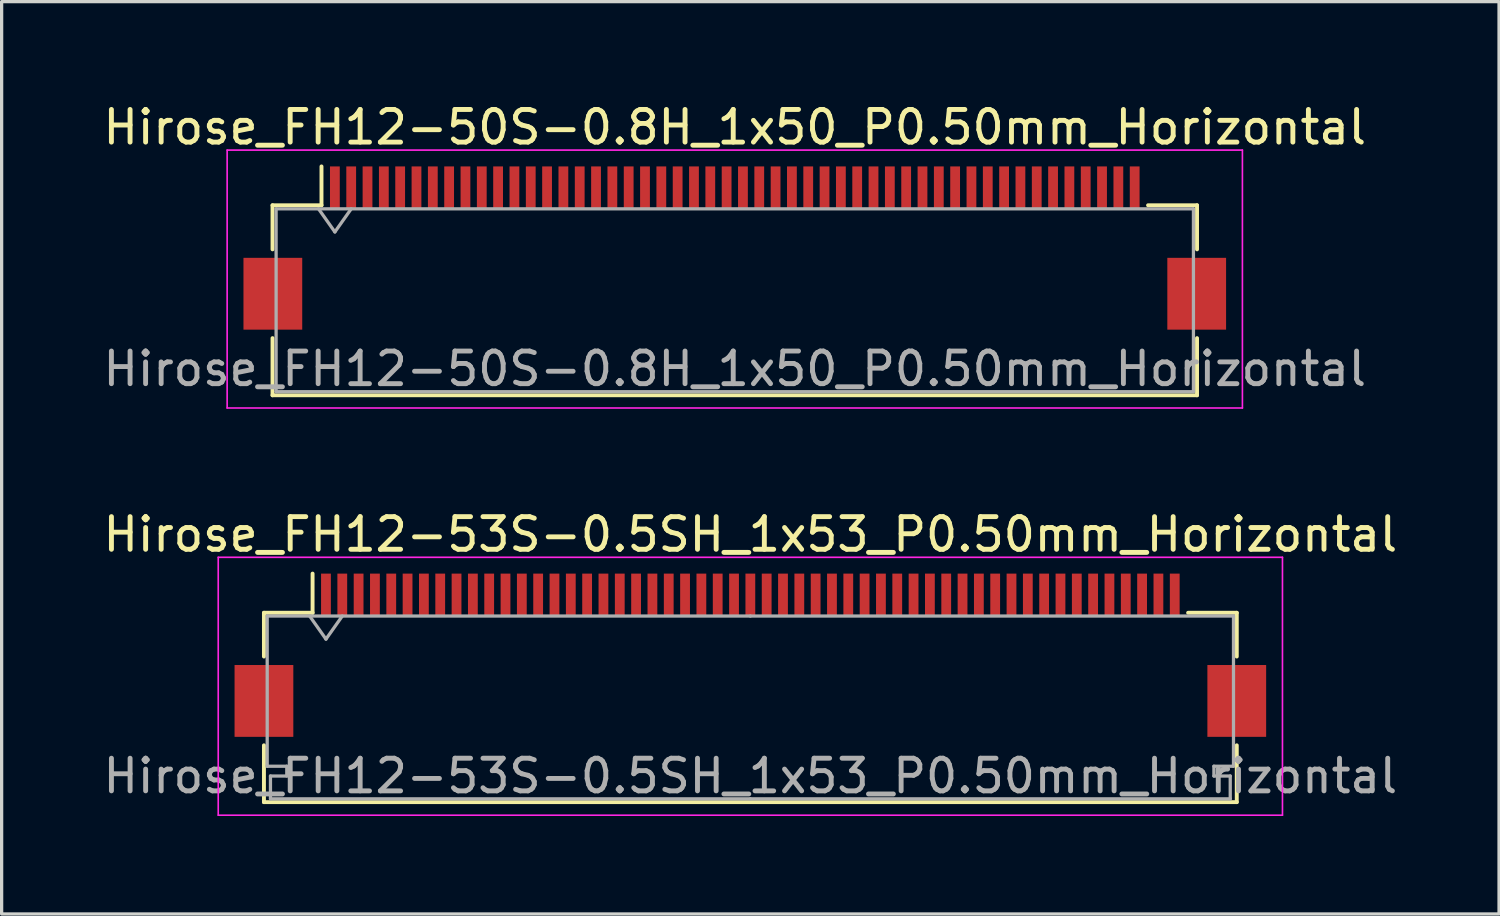
<source format=kicad_pcb>
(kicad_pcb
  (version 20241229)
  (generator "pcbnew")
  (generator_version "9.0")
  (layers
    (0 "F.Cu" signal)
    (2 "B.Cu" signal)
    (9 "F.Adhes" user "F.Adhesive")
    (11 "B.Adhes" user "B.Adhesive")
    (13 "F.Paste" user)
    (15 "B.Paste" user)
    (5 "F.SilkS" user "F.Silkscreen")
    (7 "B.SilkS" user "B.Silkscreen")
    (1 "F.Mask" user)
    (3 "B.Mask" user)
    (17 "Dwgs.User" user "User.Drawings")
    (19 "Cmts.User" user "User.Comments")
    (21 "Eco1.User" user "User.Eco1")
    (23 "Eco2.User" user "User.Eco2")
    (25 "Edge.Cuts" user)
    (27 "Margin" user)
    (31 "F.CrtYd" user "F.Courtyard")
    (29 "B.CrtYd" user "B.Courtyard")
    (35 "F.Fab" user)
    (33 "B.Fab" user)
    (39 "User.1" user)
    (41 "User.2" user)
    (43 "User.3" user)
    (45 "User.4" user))
  (footprint "Hirose_FH12-50S-0.8H_1x50_P0.50mm_Horizontal"
    (layer "F.Cu")
    (at 19.458 4.548)
    (property "Reference" "Hirose_FH12-50S-0.8H_1x50_P0.50mm_Horizontal" (at 0 -3.7 0) (layer "F.SilkS") (effects (font (size 1 1) (thickness 0.15))))
    (attr smd)
    (fp_line (start -14.16 -1.31) (end -12.66 -1.31) (stroke (width 0.12) (type solid)) (layer "F.SilkS"))
    (fp_line (start -14.16 0.04) (end -14.16 -1.31) (stroke (width 0.12) (type solid)) (layer "F.SilkS"))
    (fp_line (start -14.16 2.76) (end -14.16 4.51) (stroke (width 0.12) (type solid)) (layer "F.SilkS"))
    (fp_line (start -14.16 4.51) (end 14.16 4.51) (stroke (width 0.12) (type solid)) (layer "F.SilkS"))
    (fp_line (start -12.66 -1.31) (end -12.66 -2.5) (stroke (width 0.12) (type solid)) (layer "F.SilkS"))
    (fp_line (start 14.16 -1.31) (end 12.66 -1.31) (stroke (width 0.12) (type solid)) (layer "F.SilkS"))
    (fp_line (start 14.16 0.04) (end 14.16 -1.31) (stroke (width 0.12) (type solid)) (layer "F.SilkS"))
    (fp_line (start 14.16 4.51) (end 14.16 2.76) (stroke (width 0.12) (type solid)) (layer "F.SilkS"))
    (fp_line (start -15.55 -3) (end -15.55 4.9) (stroke (width 0.05) (type solid)) (layer "F.CrtYd"))
    (fp_line (start -15.55 4.9) (end 15.55 4.9) (stroke (width 0.05) (type solid)) (layer "F.CrtYd"))
    (fp_line (start 15.55 -3) (end -15.55 -3) (stroke (width 0.05) (type solid)) (layer "F.CrtYd"))
    (fp_line (start 15.55 4.9) (end 15.55 -3) (stroke (width 0.05) (type solid)) (layer "F.CrtYd"))
    (fp_line (start -14.05 -1.2) (end -14.05 4.4) (stroke (width 0.1) (type solid)) (layer "F.Fab"))
    (fp_line (start -14.05 -1.2) (end 14.05 -1.2) (stroke (width 0.1) (type solid)) (layer "F.Fab"))
    (fp_line (start -14.05 4.4) (end 14.05 4.4) (stroke (width 0.1) (type solid)) (layer "F.Fab"))
    (fp_line (start -12.75 -1.2) (end -12.25 -0.493) (stroke (width 0.1) (type solid)) (layer "F.Fab"))
    (fp_line (start -12.25 -0.493) (end -11.75 -1.2) (stroke (width 0.1) (type solid)) (layer "F.Fab"))
    (fp_line (start 14.05 -1.2) (end 14.05 4.4) (stroke (width 0.1) (type solid)) (layer "F.Fab"))
    (fp_text user "${REFERENCE}" (at 0 3.7 0) (layer "F.Fab") (effects (font (size 1 1) (thickness 0.15))))
    (pad "" smd rect (at -14.15 1.4) (size 1.8 2.2) (layers "F.Cu" "F.Mask" "F.Paste"))
    (pad "" smd rect (at 14.15 1.4) (size 1.8 2.2) (layers "F.Cu" "F.Mask" "F.Paste"))
    (pad "1" smd rect (at -12.25 -1.85) (size 0.3 1.3) (layers "F.Cu" "F.Mask" "F.Paste"))
    (pad "2" smd rect (at -11.75 -1.85) (size 0.3 1.3) (layers "F.Cu" "F.Mask" "F.Paste"))
    (pad "3" smd rect (at -11.25 -1.85) (size 0.3 1.3) (layers "F.Cu" "F.Mask" "F.Paste"))
    (pad "4" smd rect (at -10.75 -1.85) (size 0.3 1.3) (layers "F.Cu" "F.Mask" "F.Paste"))
    (pad "5" smd rect (at -10.25 -1.85) (size 0.3 1.3) (layers "F.Cu" "F.Mask" "F.Paste"))
    (pad "6" smd rect (at -9.75 -1.85) (size 0.3 1.3) (layers "F.Cu" "F.Mask" "F.Paste"))
    (pad "7" smd rect (at -9.25 -1.85) (size 0.3 1.3) (layers "F.Cu" "F.Mask" "F.Paste"))
    (pad "8" smd rect (at -8.75 -1.85) (size 0.3 1.3) (layers "F.Cu" "F.Mask" "F.Paste"))
    (pad "9" smd rect (at -8.25 -1.85) (size 0.3 1.3) (layers "F.Cu" "F.Mask" "F.Paste"))
    (pad "10" smd rect (at -7.75 -1.85) (size 0.3 1.3) (layers "F.Cu" "F.Mask" "F.Paste"))
    (pad "11" smd rect (at -7.25 -1.85) (size 0.3 1.3) (layers "F.Cu" "F.Mask" "F.Paste"))
    (pad "12" smd rect (at -6.75 -1.85) (size 0.3 1.3) (layers "F.Cu" "F.Mask" "F.Paste"))
    (pad "13" smd rect (at -6.25 -1.85) (size 0.3 1.3) (layers "F.Cu" "F.Mask" "F.Paste"))
    (pad "14" smd rect (at -5.75 -1.85) (size 0.3 1.3) (layers "F.Cu" "F.Mask" "F.Paste"))
    (pad "15" smd rect (at -5.25 -1.85) (size 0.3 1.3) (layers "F.Cu" "F.Mask" "F.Paste"))
    (pad "16" smd rect (at -4.75 -1.85) (size 0.3 1.3) (layers "F.Cu" "F.Mask" "F.Paste"))
    (pad "17" smd rect (at -4.25 -1.85) (size 0.3 1.3) (layers "F.Cu" "F.Mask" "F.Paste"))
    (pad "18" smd rect (at -3.75 -1.85) (size 0.3 1.3) (layers "F.Cu" "F.Mask" "F.Paste"))
    (pad "19" smd rect (at -3.25 -1.85) (size 0.3 1.3) (layers "F.Cu" "F.Mask" "F.Paste"))
    (pad "20" smd rect (at -2.75 -1.85) (size 0.3 1.3) (layers "F.Cu" "F.Mask" "F.Paste"))
    (pad "21" smd rect (at -2.25 -1.85) (size 0.3 1.3) (layers "F.Cu" "F.Mask" "F.Paste"))
    (pad "22" smd rect (at -1.75 -1.85) (size 0.3 1.3) (layers "F.Cu" "F.Mask" "F.Paste"))
    (pad "23" smd rect (at -1.25 -1.85) (size 0.3 1.3) (layers "F.Cu" "F.Mask" "F.Paste"))
    (pad "24" smd rect (at -0.75 -1.85) (size 0.3 1.3) (layers "F.Cu" "F.Mask" "F.Paste"))
    (pad "25" smd rect (at -0.25 -1.85) (size 0.3 1.3) (layers "F.Cu" "F.Mask" "F.Paste"))
    (pad "26" smd rect (at 0.25 -1.85) (size 0.3 1.3) (layers "F.Cu" "F.Mask" "F.Paste"))
    (pad "27" smd rect (at 0.75 -1.85) (size 0.3 1.3) (layers "F.Cu" "F.Mask" "F.Paste"))
    (pad "28" smd rect (at 1.25 -1.85) (size 0.3 1.3) (layers "F.Cu" "F.Mask" "F.Paste"))
    (pad "29" smd rect (at 1.75 -1.85) (size 0.3 1.3) (layers "F.Cu" "F.Mask" "F.Paste"))
    (pad "30" smd rect (at 2.25 -1.85) (size 0.3 1.3) (layers "F.Cu" "F.Mask" "F.Paste"))
    (pad "31" smd rect (at 2.75 -1.85) (size 0.3 1.3) (layers "F.Cu" "F.Mask" "F.Paste"))
    (pad "32" smd rect (at 3.25 -1.85) (size 0.3 1.3) (layers "F.Cu" "F.Mask" "F.Paste"))
    (pad "33" smd rect (at 3.75 -1.85) (size 0.3 1.3) (layers "F.Cu" "F.Mask" "F.Paste"))
    (pad "34" smd rect (at 4.25 -1.85) (size 0.3 1.3) (layers "F.Cu" "F.Mask" "F.Paste"))
    (pad "35" smd rect (at 4.75 -1.85) (size 0.3 1.3) (layers "F.Cu" "F.Mask" "F.Paste"))
    (pad "36" smd rect (at 5.25 -1.85) (size 0.3 1.3) (layers "F.Cu" "F.Mask" "F.Paste"))
    (pad "37" smd rect (at 5.75 -1.85) (size 0.3 1.3) (layers "F.Cu" "F.Mask" "F.Paste"))
    (pad "38" smd rect (at 6.25 -1.85) (size 0.3 1.3) (layers "F.Cu" "F.Mask" "F.Paste"))
    (pad "39" smd rect (at 6.75 -1.85) (size 0.3 1.3) (layers "F.Cu" "F.Mask" "F.Paste"))
    (pad "40" smd rect (at 7.25 -1.85) (size 0.3 1.3) (layers "F.Cu" "F.Mask" "F.Paste"))
    (pad "41" smd rect (at 7.75 -1.85) (size 0.3 1.3) (layers "F.Cu" "F.Mask" "F.Paste"))
    (pad "42" smd rect (at 8.25 -1.85) (size 0.3 1.3) (layers "F.Cu" "F.Mask" "F.Paste"))
    (pad "43" smd rect (at 8.75 -1.85) (size 0.3 1.3) (layers "F.Cu" "F.Mask" "F.Paste"))
    (pad "44" smd rect (at 9.25 -1.85) (size 0.3 1.3) (layers "F.Cu" "F.Mask" "F.Paste"))
    (pad "45" smd rect (at 9.75 -1.85) (size 0.3 1.3) (layers "F.Cu" "F.Mask" "F.Paste"))
    (pad "46" smd rect (at 10.25 -1.85) (size 0.3 1.3) (layers "F.Cu" "F.Mask" "F.Paste"))
    (pad "47" smd rect (at 10.75 -1.85) (size 0.3 1.3) (layers "F.Cu" "F.Mask" "F.Paste"))
    (pad "48" smd rect (at 11.25 -1.85) (size 0.3 1.3) (layers "F.Cu" "F.Mask" "F.Paste"))
    (pad "49" smd rect (at 11.75 -1.85) (size 0.3 1.3) (layers "F.Cu" "F.Mask" "F.Paste"))
    (pad "50" smd rect (at 12.25 -1.85) (size 0.3 1.3) (layers "F.Cu" "F.Mask" "F.Paste")))
  (footprint "Hirose_FH12-53S-0.5SH_1x53_P0.50mm_Horizontal"
    (layer "F.Cu")
    (at 19.935 17.021)
    (property "Reference" "Hirose_FH12-53S-0.5SH_1x53_P0.50mm_Horizontal" (at 0 -3.7 0) (layer "F.SilkS") (effects (font (size 1 1) (thickness 0.15))))
    (attr smd)
    (fp_line (start -14.9 -1.3) (end -14.9 0.04) (stroke (width 0.12) (type solid)) (layer "F.SilkS"))
    (fp_line (start -14.9 2.76) (end -14.9 4.5) (stroke (width 0.12) (type solid)) (layer "F.SilkS"))
    (fp_line (start -14.9 4.5) (end 14.9 4.5) (stroke (width 0.12) (type solid)) (layer "F.SilkS"))
    (fp_line (start -13.41 -1.3) (end -14.9 -1.3) (stroke (width 0.12) (type solid)) (layer "F.SilkS"))
    (fp_line (start -13.41 -1.3) (end -13.41 -2.5) (stroke (width 0.12) (type solid)) (layer "F.SilkS"))
    (fp_line (start 13.41 -1.3) (end 14.9 -1.3) (stroke (width 0.12) (type solid)) (layer "F.SilkS"))
    (fp_line (start 14.9 -1.3) (end 14.9 0.04) (stroke (width 0.12) (type solid)) (layer "F.SilkS"))
    (fp_line (start 14.9 4.5) (end 14.9 2.76) (stroke (width 0.12) (type solid)) (layer "F.SilkS"))
    (fp_line (start -16.3 -3) (end -16.3 4.9) (stroke (width 0.05) (type solid)) (layer "F.CrtYd"))
    (fp_line (start -16.3 4.9) (end 16.3 4.9) (stroke (width 0.05) (type solid)) (layer "F.CrtYd"))
    (fp_line (start 16.3 -3) (end -16.3 -3) (stroke (width 0.05) (type solid)) (layer "F.CrtYd"))
    (fp_line (start 16.3 4.9) (end 16.3 -3) (stroke (width 0.05) (type solid)) (layer "F.CrtYd"))
    (fp_line (start -14.8 -1.2) (end -14.8 3.4) (stroke (width 0.1) (type solid)) (layer "F.Fab"))
    (fp_line (start -14.8 3.4) (end -14.2 3.4) (stroke (width 0.1) (type solid)) (layer "F.Fab"))
    (fp_line (start -14.7 3.7) (end -14.7 4.4) (stroke (width 0.1) (type solid)) (layer "F.Fab"))
    (fp_line (start -14.7 4.4) (end 0 4.4) (stroke (width 0.1) (type solid)) (layer "F.Fab"))
    (fp_line (start -14.2 3.4) (end -14.2 3.7) (stroke (width 0.1) (type solid)) (layer "F.Fab"))
    (fp_line (start -14.2 3.7) (end -14.7 3.7) (stroke (width 0.1) (type solid)) (layer "F.Fab"))
    (fp_line (start -13.5 -1.2) (end -13 -0.493) (stroke (width 0.1) (type solid)) (layer "F.Fab"))
    (fp_line (start -13 -0.493) (end -12.5 -1.2) (stroke (width 0.1) (type solid)) (layer "F.Fab"))
    (fp_line (start 0 -1.2) (end -14.8 -1.2) (stroke (width 0.1) (type solid)) (layer "F.Fab"))
    (fp_line (start 0 -1.2) (end 14.8 -1.2) (stroke (width 0.1) (type solid)) (layer "F.Fab"))
    (fp_line (start 14.2 3.4) (end 14.2 3.7) (stroke (width 0.1) (type solid)) (layer "F.Fab"))
    (fp_line (start 14.2 3.7) (end 14.7 3.7) (stroke (width 0.1) (type solid)) (layer "F.Fab"))
    (fp_line (start 14.7 3.7) (end 14.7 4.4) (stroke (width 0.1) (type solid)) (layer "F.Fab"))
    (fp_line (start 14.7 4.4) (end 0 4.4) (stroke (width 0.1) (type solid)) (layer "F.Fab"))
    (fp_line (start 14.8 -1.2) (end 14.8 3.4) (stroke (width 0.1) (type solid)) (layer "F.Fab"))
    (fp_line (start 14.8 3.4) (end 14.2 3.4) (stroke (width 0.1) (type solid)) (layer "F.Fab"))
    (fp_text user "${REFERENCE}" (at 0 3.7 0) (layer "F.Fab") (effects (font (size 1 1) (thickness 0.15))))
    (pad "" smd rect (at -14.9 1.4) (size 1.8 2.2) (layers "F.Cu" "F.Mask" "F.Paste"))
    (pad "" smd rect (at 14.9 1.4) (size 1.8 2.2) (layers "F.Cu" "F.Mask" "F.Paste"))
    (pad "1" smd rect (at -13 -1.85) (size 0.3 1.3) (layers "F.Cu" "F.Mask" "F.Paste"))
    (pad "2" smd rect (at -12.5 -1.85) (size 0.3 1.3) (layers "F.Cu" "F.Mask" "F.Paste"))
    (pad "3" smd rect (at -12 -1.85) (size 0.3 1.3) (layers "F.Cu" "F.Mask" "F.Paste"))
    (pad "4" smd rect (at -11.5 -1.85) (size 0.3 1.3) (layers "F.Cu" "F.Mask" "F.Paste"))
    (pad "5" smd rect (at -11 -1.85) (size 0.3 1.3) (layers "F.Cu" "F.Mask" "F.Paste"))
    (pad "6" smd rect (at -10.5 -1.85) (size 0.3 1.3) (layers "F.Cu" "F.Mask" "F.Paste"))
    (pad "7" smd rect (at -10 -1.85) (size 0.3 1.3) (layers "F.Cu" "F.Mask" "F.Paste"))
    (pad "8" smd rect (at -9.5 -1.85) (size 0.3 1.3) (layers "F.Cu" "F.Mask" "F.Paste"))
    (pad "9" smd rect (at -9 -1.85) (size 0.3 1.3) (layers "F.Cu" "F.Mask" "F.Paste"))
    (pad "10" smd rect (at -8.5 -1.85) (size 0.3 1.3) (layers "F.Cu" "F.Mask" "F.Paste"))
    (pad "11" smd rect (at -8 -1.85) (size 0.3 1.3) (layers "F.Cu" "F.Mask" "F.Paste"))
    (pad "12" smd rect (at -7.5 -1.85) (size 0.3 1.3) (layers "F.Cu" "F.Mask" "F.Paste"))
    (pad "13" smd rect (at -7 -1.85) (size 0.3 1.3) (layers "F.Cu" "F.Mask" "F.Paste"))
    (pad "14" smd rect (at -6.5 -1.85) (size 0.3 1.3) (layers "F.Cu" "F.Mask" "F.Paste"))
    (pad "15" smd rect (at -6 -1.85) (size 0.3 1.3) (layers "F.Cu" "F.Mask" "F.Paste"))
    (pad "16" smd rect (at -5.5 -1.85) (size 0.3 1.3) (layers "F.Cu" "F.Mask" "F.Paste"))
    (pad "17" smd rect (at -5 -1.85) (size 0.3 1.3) (layers "F.Cu" "F.Mask" "F.Paste"))
    (pad "18" smd rect (at -4.5 -1.85) (size 0.3 1.3) (layers "F.Cu" "F.Mask" "F.Paste"))
    (pad "19" smd rect (at -4 -1.85) (size 0.3 1.3) (layers "F.Cu" "F.Mask" "F.Paste"))
    (pad "20" smd rect (at -3.5 -1.85) (size 0.3 1.3) (layers "F.Cu" "F.Mask" "F.Paste"))
    (pad "21" smd rect (at -3 -1.85) (size 0.3 1.3) (layers "F.Cu" "F.Mask" "F.Paste"))
    (pad "22" smd rect (at -2.5 -1.85) (size 0.3 1.3) (layers "F.Cu" "F.Mask" "F.Paste"))
    (pad "23" smd rect (at -2 -1.85) (size 0.3 1.3) (layers "F.Cu" "F.Mask" "F.Paste"))
    (pad "24" smd rect (at -1.5 -1.85) (size 0.3 1.3) (layers "F.Cu" "F.Mask" "F.Paste"))
    (pad "25" smd rect (at -1 -1.85) (size 0.3 1.3) (layers "F.Cu" "F.Mask" "F.Paste"))
    (pad "26" smd rect (at -0.5 -1.85) (size 0.3 1.3) (layers "F.Cu" "F.Mask" "F.Paste"))
    (pad "27" smd rect (at 0 -1.85) (size 0.3 1.3) (layers "F.Cu" "F.Mask" "F.Paste"))
    (pad "28" smd rect (at 0.5 -1.85) (size 0.3 1.3) (layers "F.Cu" "F.Mask" "F.Paste"))
    (pad "29" smd rect (at 1 -1.85) (size 0.3 1.3) (layers "F.Cu" "F.Mask" "F.Paste"))
    (pad "30" smd rect (at 1.5 -1.85) (size 0.3 1.3) (layers "F.Cu" "F.Mask" "F.Paste"))
    (pad "31" smd rect (at 2 -1.85) (size 0.3 1.3) (layers "F.Cu" "F.Mask" "F.Paste"))
    (pad "32" smd rect (at 2.5 -1.85) (size 0.3 1.3) (layers "F.Cu" "F.Mask" "F.Paste"))
    (pad "33" smd rect (at 3 -1.85) (size 0.3 1.3) (layers "F.Cu" "F.Mask" "F.Paste"))
    (pad "34" smd rect (at 3.5 -1.85) (size 0.3 1.3) (layers "F.Cu" "F.Mask" "F.Paste"))
    (pad "35" smd rect (at 4 -1.85) (size 0.3 1.3) (layers "F.Cu" "F.Mask" "F.Paste"))
    (pad "36" smd rect (at 4.5 -1.85) (size 0.3 1.3) (layers "F.Cu" "F.Mask" "F.Paste"))
    (pad "37" smd rect (at 5 -1.85) (size 0.3 1.3) (layers "F.Cu" "F.Mask" "F.Paste"))
    (pad "38" smd rect (at 5.5 -1.85) (size 0.3 1.3) (layers "F.Cu" "F.Mask" "F.Paste"))
    (pad "39" smd rect (at 6 -1.85) (size 0.3 1.3) (layers "F.Cu" "F.Mask" "F.Paste"))
    (pad "40" smd rect (at 6.5 -1.85) (size 0.3 1.3) (layers "F.Cu" "F.Mask" "F.Paste"))
    (pad "41" smd rect (at 7 -1.85) (size 0.3 1.3) (layers "F.Cu" "F.Mask" "F.Paste"))
    (pad "42" smd rect (at 7.5 -1.85) (size 0.3 1.3) (layers "F.Cu" "F.Mask" "F.Paste"))
    (pad "43" smd rect (at 8 -1.85) (size 0.3 1.3) (layers "F.Cu" "F.Mask" "F.Paste"))
    (pad "44" smd rect (at 8.5 -1.85) (size 0.3 1.3) (layers "F.Cu" "F.Mask" "F.Paste"))
    (pad "45" smd rect (at 9 -1.85) (size 0.3 1.3) (layers "F.Cu" "F.Mask" "F.Paste"))
    (pad "46" smd rect (at 9.5 -1.85) (size 0.3 1.3) (layers "F.Cu" "F.Mask" "F.Paste"))
    (pad "47" smd rect (at 10 -1.85) (size 0.3 1.3) (layers "F.Cu" "F.Mask" "F.Paste"))
    (pad "48" smd rect (at 10.5 -1.85) (size 0.3 1.3) (layers "F.Cu" "F.Mask" "F.Paste"))
    (pad "49" smd rect (at 11 -1.85) (size 0.3 1.3) (layers "F.Cu" "F.Mask" "F.Paste"))
    (pad "50" smd rect (at 11.5 -1.85) (size 0.3 1.3) (layers "F.Cu" "F.Mask" "F.Paste"))
    (pad "51" smd rect (at 12 -1.85) (size 0.3 1.3) (layers "F.Cu" "F.Mask" "F.Paste"))
    (pad "52" smd rect (at 12.5 -1.85) (size 0.3 1.3) (layers "F.Cu" "F.Mask" "F.Paste"))
    (pad "53" smd rect (at 13 -1.85) (size 0.3 1.3) (layers "F.Cu" "F.Mask" "F.Paste")))
  (gr_rect
    (start -3 -3)
    (end 42.869 24.947)
    (stroke (width 0.1) (type default))
    (fill no)
    (layer "Edge.Cuts")))
</source>
